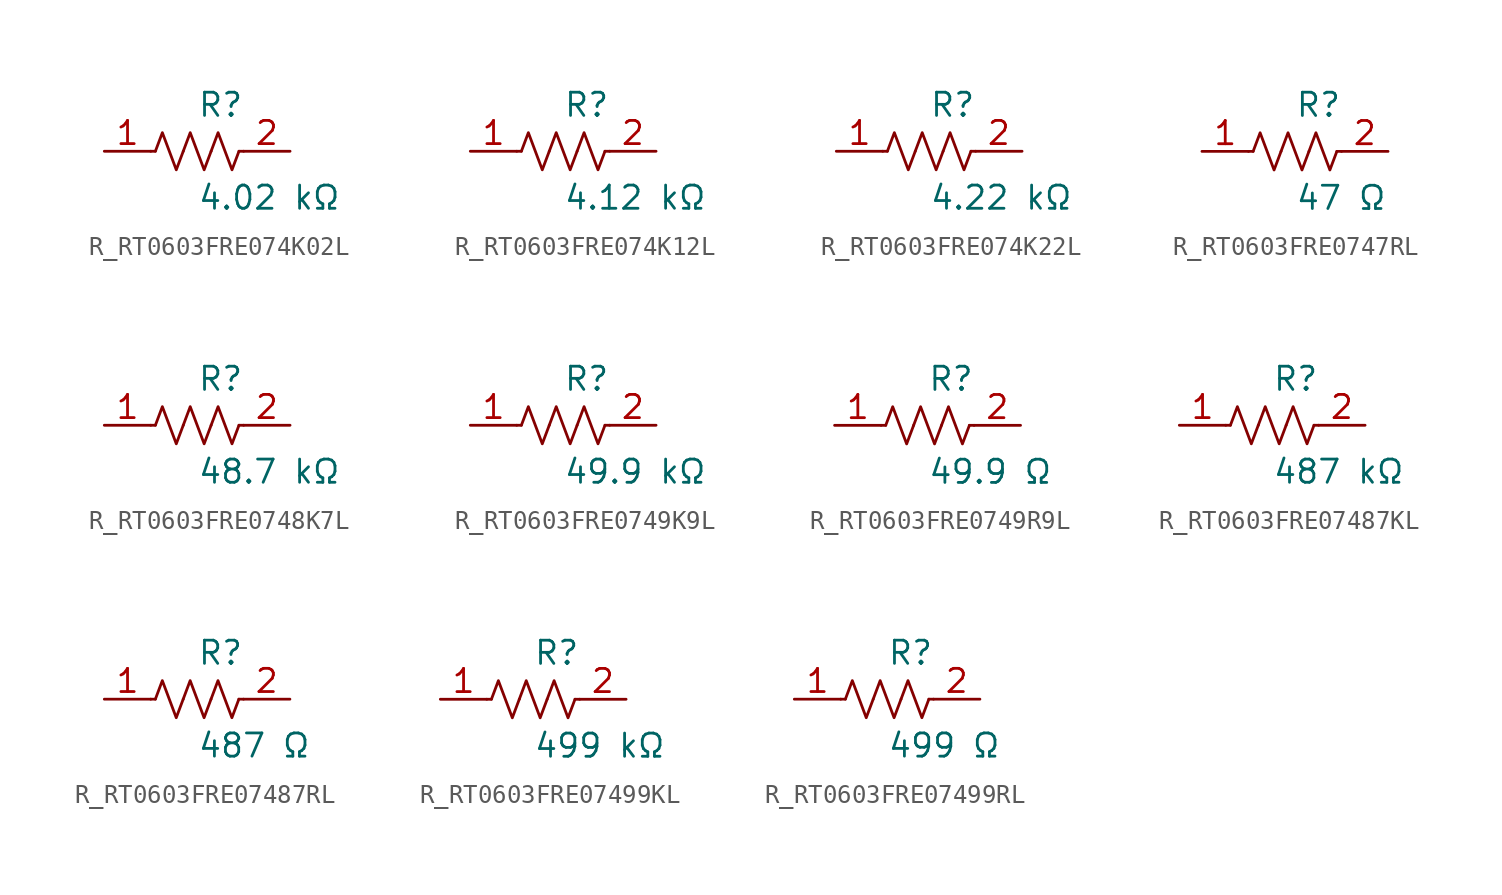
<source format=kicad_sym>
(kicad_symbol_lib
  (version 20231120)
  (generator kicad_symbol_editor)
  (generator_version 8.0)
  (symbol "R_RT0603FRE074K02L"
    (pin_names
      (offset 0.254))
    (property "Reference" "R"
      (at 0.0 2.54 0)
      (effects (font (size 1.27 1.27)) (justify left)))
    (property "Value" "4.02 kΩ"
      (at 0.0 -2.54 0)
      (effects (font (size 1.27 1.27)) (justify left)))
    (symbol "R_RT0603FRE074K02L_0_1"
      (polyline (pts (xy 2.286 0) (xy 2.54 0)) (stroke (width 0) (type default)) (fill (type none)))
      (polyline (pts (xy -2.286 0) (xy -2.54 0)) (stroke (width 0) (type default)) (fill (type none)))
      (polyline (pts (xy 0.762 0) (xy 1.143 1.016) (xy 1.524 0) (xy 1.905 -1.016) (xy 2.286 0)) (stroke (width 0) (type default)) (fill (type none)))
      (polyline (pts (xy -0.762 0) (xy -0.381 1.016) (xy 0 0) (xy 0.381 -1.016) (xy 0.762 0)) (stroke (width 0) (type default)) (fill (type none)))
      (polyline (pts (xy -2.286 0) (xy -1.905 1.016) (xy -1.524 0) (xy -1.143 -1.016) (xy -0.762 0)) (stroke (width 0) (type default)) (fill (type none))))
    (pin unspecified line
      (at -5.08 0 0)
      (length 2.54)
      (name "" (effects (font (size 1.27 1.27))))
      (number "1" (effects (font (size 1.27 1.27)))))
    (pin unspecified line
      (at 5.08 0 180)
      (length 2.54)
      (name "" (effects (font (size 1.27 1.27))))
      (number "2" (effects (font (size 1.27 1.27))))))
  (symbol "R_RT0603FRE074K12L"
    (pin_names
      (offset 0.254))
    (property "Reference" "R"
      (at 0.0 2.54 0)
      (effects (font (size 1.27 1.27)) (justify left)))
    (property "Value" "4.12 kΩ"
      (at 0.0 -2.54 0)
      (effects (font (size 1.27 1.27)) (justify left)))
    (symbol "R_RT0603FRE074K12L_0_1"
      (polyline (pts (xy 2.286 0) (xy 2.54 0)) (stroke (width 0) (type default)) (fill (type none)))
      (polyline (pts (xy -2.286 0) (xy -2.54 0)) (stroke (width 0) (type default)) (fill (type none)))
      (polyline (pts (xy 0.762 0) (xy 1.143 1.016) (xy 1.524 0) (xy 1.905 -1.016) (xy 2.286 0)) (stroke (width 0) (type default)) (fill (type none)))
      (polyline (pts (xy -0.762 0) (xy -0.381 1.016) (xy 0 0) (xy 0.381 -1.016) (xy 0.762 0)) (stroke (width 0) (type default)) (fill (type none)))
      (polyline (pts (xy -2.286 0) (xy -1.905 1.016) (xy -1.524 0) (xy -1.143 -1.016) (xy -0.762 0)) (stroke (width 0) (type default)) (fill (type none))))
    (pin unspecified line
      (at -5.08 0 0)
      (length 2.54)
      (name "" (effects (font (size 1.27 1.27))))
      (number "1" (effects (font (size 1.27 1.27)))))
    (pin unspecified line
      (at 5.08 0 180)
      (length 2.54)
      (name "" (effects (font (size 1.27 1.27))))
      (number "2" (effects (font (size 1.27 1.27))))))
  (symbol "R_RT0603FRE074K22L"
    (pin_names
      (offset 0.254))
    (property "Reference" "R"
      (at 0.0 2.54 0)
      (effects (font (size 1.27 1.27)) (justify left)))
    (property "Value" "4.22 kΩ"
      (at 0.0 -2.54 0)
      (effects (font (size 1.27 1.27)) (justify left)))
    (symbol "R_RT0603FRE074K22L_0_1"
      (polyline (pts (xy 2.286 0) (xy 2.54 0)) (stroke (width 0) (type default)) (fill (type none)))
      (polyline (pts (xy -2.286 0) (xy -2.54 0)) (stroke (width 0) (type default)) (fill (type none)))
      (polyline (pts (xy 0.762 0) (xy 1.143 1.016) (xy 1.524 0) (xy 1.905 -1.016) (xy 2.286 0)) (stroke (width 0) (type default)) (fill (type none)))
      (polyline (pts (xy -0.762 0) (xy -0.381 1.016) (xy 0 0) (xy 0.381 -1.016) (xy 0.762 0)) (stroke (width 0) (type default)) (fill (type none)))
      (polyline (pts (xy -2.286 0) (xy -1.905 1.016) (xy -1.524 0) (xy -1.143 -1.016) (xy -0.762 0)) (stroke (width 0) (type default)) (fill (type none))))
    (pin unspecified line
      (at -5.08 0 0)
      (length 2.54)
      (name "" (effects (font (size 1.27 1.27))))
      (number "1" (effects (font (size 1.27 1.27)))))
    (pin unspecified line
      (at 5.08 0 180)
      (length 2.54)
      (name "" (effects (font (size 1.27 1.27))))
      (number "2" (effects (font (size 1.27 1.27))))))
  (symbol "R_RT0603FRE0747RL"
    (pin_names
      (offset 0.254))
    (property "Reference" "R"
      (at 0.0 2.54 0)
      (effects (font (size 1.27 1.27)) (justify left)))
    (property "Value" "47 Ω"
      (at 0.0 -2.54 0)
      (effects (font (size 1.27 1.27)) (justify left)))
    (symbol "R_RT0603FRE0747RL_0_1"
      (polyline (pts (xy 2.286 0) (xy 2.54 0)) (stroke (width 0) (type default)) (fill (type none)))
      (polyline (pts (xy -2.286 0) (xy -2.54 0)) (stroke (width 0) (type default)) (fill (type none)))
      (polyline (pts (xy 0.762 0) (xy 1.143 1.016) (xy 1.524 0) (xy 1.905 -1.016) (xy 2.286 0)) (stroke (width 0) (type default)) (fill (type none)))
      (polyline (pts (xy -0.762 0) (xy -0.381 1.016) (xy 0 0) (xy 0.381 -1.016) (xy 0.762 0)) (stroke (width 0) (type default)) (fill (type none)))
      (polyline (pts (xy -2.286 0) (xy -1.905 1.016) (xy -1.524 0) (xy -1.143 -1.016) (xy -0.762 0)) (stroke (width 0) (type default)) (fill (type none))))
    (pin unspecified line
      (at -5.08 0 0)
      (length 2.54)
      (name "" (effects (font (size 1.27 1.27))))
      (number "1" (effects (font (size 1.27 1.27)))))
    (pin unspecified line
      (at 5.08 0 180)
      (length 2.54)
      (name "" (effects (font (size 1.27 1.27))))
      (number "2" (effects (font (size 1.27 1.27))))))
  (symbol "R_RT0603FRE0748K7L"
    (pin_names
      (offset 0.254))
    (property "Reference" "R"
      (at 0.0 2.54 0)
      (effects (font (size 1.27 1.27)) (justify left)))
    (property "Value" "48.7 kΩ"
      (at 0.0 -2.54 0)
      (effects (font (size 1.27 1.27)) (justify left)))
    (symbol "R_RT0603FRE0748K7L_0_1"
      (polyline (pts (xy 2.286 0) (xy 2.54 0)) (stroke (width 0) (type default)) (fill (type none)))
      (polyline (pts (xy -2.286 0) (xy -2.54 0)) (stroke (width 0) (type default)) (fill (type none)))
      (polyline (pts (xy 0.762 0) (xy 1.143 1.016) (xy 1.524 0) (xy 1.905 -1.016) (xy 2.286 0)) (stroke (width 0) (type default)) (fill (type none)))
      (polyline (pts (xy -0.762 0) (xy -0.381 1.016) (xy 0 0) (xy 0.381 -1.016) (xy 0.762 0)) (stroke (width 0) (type default)) (fill (type none)))
      (polyline (pts (xy -2.286 0) (xy -1.905 1.016) (xy -1.524 0) (xy -1.143 -1.016) (xy -0.762 0)) (stroke (width 0) (type default)) (fill (type none))))
    (pin unspecified line
      (at -5.08 0 0)
      (length 2.54)
      (name "" (effects (font (size 1.27 1.27))))
      (number "1" (effects (font (size 1.27 1.27)))))
    (pin unspecified line
      (at 5.08 0 180)
      (length 2.54)
      (name "" (effects (font (size 1.27 1.27))))
      (number "2" (effects (font (size 1.27 1.27))))))
  (symbol "R_RT0603FRE0749K9L"
    (pin_names
      (offset 0.254))
    (property "Reference" "R"
      (at 0.0 2.54 0)
      (effects (font (size 1.27 1.27)) (justify left)))
    (property "Value" "49.9 kΩ"
      (at 0.0 -2.54 0)
      (effects (font (size 1.27 1.27)) (justify left)))
    (symbol "R_RT0603FRE0749K9L_0_1"
      (polyline (pts (xy 2.286 0) (xy 2.54 0)) (stroke (width 0) (type default)) (fill (type none)))
      (polyline (pts (xy -2.286 0) (xy -2.54 0)) (stroke (width 0) (type default)) (fill (type none)))
      (polyline (pts (xy 0.762 0) (xy 1.143 1.016) (xy 1.524 0) (xy 1.905 -1.016) (xy 2.286 0)) (stroke (width 0) (type default)) (fill (type none)))
      (polyline (pts (xy -0.762 0) (xy -0.381 1.016) (xy 0 0) (xy 0.381 -1.016) (xy 0.762 0)) (stroke (width 0) (type default)) (fill (type none)))
      (polyline (pts (xy -2.286 0) (xy -1.905 1.016) (xy -1.524 0) (xy -1.143 -1.016) (xy -0.762 0)) (stroke (width 0) (type default)) (fill (type none))))
    (pin unspecified line
      (at -5.08 0 0)
      (length 2.54)
      (name "" (effects (font (size 1.27 1.27))))
      (number "1" (effects (font (size 1.27 1.27)))))
    (pin unspecified line
      (at 5.08 0 180)
      (length 2.54)
      (name "" (effects (font (size 1.27 1.27))))
      (number "2" (effects (font (size 1.27 1.27))))))
  (symbol "R_RT0603FRE0749R9L"
    (pin_names
      (offset 0.254))
    (property "Reference" "R"
      (at 0.0 2.54 0)
      (effects (font (size 1.27 1.27)) (justify left)))
    (property "Value" "49.9 Ω"
      (at 0.0 -2.54 0)
      (effects (font (size 1.27 1.27)) (justify left)))
    (symbol "R_RT0603FRE0749R9L_0_1"
      (polyline (pts (xy 2.286 0) (xy 2.54 0)) (stroke (width 0) (type default)) (fill (type none)))
      (polyline (pts (xy -2.286 0) (xy -2.54 0)) (stroke (width 0) (type default)) (fill (type none)))
      (polyline (pts (xy 0.762 0) (xy 1.143 1.016) (xy 1.524 0) (xy 1.905 -1.016) (xy 2.286 0)) (stroke (width 0) (type default)) (fill (type none)))
      (polyline (pts (xy -0.762 0) (xy -0.381 1.016) (xy 0 0) (xy 0.381 -1.016) (xy 0.762 0)) (stroke (width 0) (type default)) (fill (type none)))
      (polyline (pts (xy -2.286 0) (xy -1.905 1.016) (xy -1.524 0) (xy -1.143 -1.016) (xy -0.762 0)) (stroke (width 0) (type default)) (fill (type none))))
    (pin unspecified line
      (at -5.08 0 0)
      (length 2.54)
      (name "" (effects (font (size 1.27 1.27))))
      (number "1" (effects (font (size 1.27 1.27)))))
    (pin unspecified line
      (at 5.08 0 180)
      (length 2.54)
      (name "" (effects (font (size 1.27 1.27))))
      (number "2" (effects (font (size 1.27 1.27))))))
  (symbol "R_RT0603FRE07487KL"
    (pin_names
      (offset 0.254))
    (property "Reference" "R"
      (at 0.0 2.54 0)
      (effects (font (size 1.27 1.27)) (justify left)))
    (property "Value" "487 kΩ"
      (at 0.0 -2.54 0)
      (effects (font (size 1.27 1.27)) (justify left)))
    (symbol "R_RT0603FRE07487KL_0_1"
      (polyline (pts (xy 2.286 0) (xy 2.54 0)) (stroke (width 0) (type default)) (fill (type none)))
      (polyline (pts (xy -2.286 0) (xy -2.54 0)) (stroke (width 0) (type default)) (fill (type none)))
      (polyline (pts (xy 0.762 0) (xy 1.143 1.016) (xy 1.524 0) (xy 1.905 -1.016) (xy 2.286 0)) (stroke (width 0) (type default)) (fill (type none)))
      (polyline (pts (xy -0.762 0) (xy -0.381 1.016) (xy 0 0) (xy 0.381 -1.016) (xy 0.762 0)) (stroke (width 0) (type default)) (fill (type none)))
      (polyline (pts (xy -2.286 0) (xy -1.905 1.016) (xy -1.524 0) (xy -1.143 -1.016) (xy -0.762 0)) (stroke (width 0) (type default)) (fill (type none))))
    (pin unspecified line
      (at -5.08 0 0)
      (length 2.54)
      (name "" (effects (font (size 1.27 1.27))))
      (number "1" (effects (font (size 1.27 1.27)))))
    (pin unspecified line
      (at 5.08 0 180)
      (length 2.54)
      (name "" (effects (font (size 1.27 1.27))))
      (number "2" (effects (font (size 1.27 1.27))))))
  (symbol "R_RT0603FRE07487RL"
    (pin_names
      (offset 0.254))
    (property "Reference" "R"
      (at 0.0 2.54 0)
      (effects (font (size 1.27 1.27)) (justify left)))
    (property "Value" "487 Ω"
      (at 0.0 -2.54 0)
      (effects (font (size 1.27 1.27)) (justify left)))
    (symbol "R_RT0603FRE07487RL_0_1"
      (polyline (pts (xy 2.286 0) (xy 2.54 0)) (stroke (width 0) (type default)) (fill (type none)))
      (polyline (pts (xy -2.286 0) (xy -2.54 0)) (stroke (width 0) (type default)) (fill (type none)))
      (polyline (pts (xy 0.762 0) (xy 1.143 1.016) (xy 1.524 0) (xy 1.905 -1.016) (xy 2.286 0)) (stroke (width 0) (type default)) (fill (type none)))
      (polyline (pts (xy -0.762 0) (xy -0.381 1.016) (xy 0 0) (xy 0.381 -1.016) (xy 0.762 0)) (stroke (width 0) (type default)) (fill (type none)))
      (polyline (pts (xy -2.286 0) (xy -1.905 1.016) (xy -1.524 0) (xy -1.143 -1.016) (xy -0.762 0)) (stroke (width 0) (type default)) (fill (type none))))
    (pin unspecified line
      (at -5.08 0 0)
      (length 2.54)
      (name "" (effects (font (size 1.27 1.27))))
      (number "1" (effects (font (size 1.27 1.27)))))
    (pin unspecified line
      (at 5.08 0 180)
      (length 2.54)
      (name "" (effects (font (size 1.27 1.27))))
      (number "2" (effects (font (size 1.27 1.27))))))
  (symbol "R_RT0603FRE07499KL"
    (pin_names
      (offset 0.254))
    (property "Reference" "R"
      (at 0.0 2.54 0)
      (effects (font (size 1.27 1.27)) (justify left)))
    (property "Value" "499 kΩ"
      (at 0.0 -2.54 0)
      (effects (font (size 1.27 1.27)) (justify left)))
    (symbol "R_RT0603FRE07499KL_0_1"
      (polyline (pts (xy 2.286 0) (xy 2.54 0)) (stroke (width 0) (type default)) (fill (type none)))
      (polyline (pts (xy -2.286 0) (xy -2.54 0)) (stroke (width 0) (type default)) (fill (type none)))
      (polyline (pts (xy 0.762 0) (xy 1.143 1.016) (xy 1.524 0) (xy 1.905 -1.016) (xy 2.286 0)) (stroke (width 0) (type default)) (fill (type none)))
      (polyline (pts (xy -0.762 0) (xy -0.381 1.016) (xy 0 0) (xy 0.381 -1.016) (xy 0.762 0)) (stroke (width 0) (type default)) (fill (type none)))
      (polyline (pts (xy -2.286 0) (xy -1.905 1.016) (xy -1.524 0) (xy -1.143 -1.016) (xy -0.762 0)) (stroke (width 0) (type default)) (fill (type none))))
    (pin unspecified line
      (at -5.08 0 0)
      (length 2.54)
      (name "" (effects (font (size 1.27 1.27))))
      (number "1" (effects (font (size 1.27 1.27)))))
    (pin unspecified line
      (at 5.08 0 180)
      (length 2.54)
      (name "" (effects (font (size 1.27 1.27))))
      (number "2" (effects (font (size 1.27 1.27))))))
  (symbol "R_RT0603FRE07499RL"
    (pin_names
      (offset 0.254))
    (property "Reference" "R"
      (at 0.0 2.54 0)
      (effects (font (size 1.27 1.27)) (justify left)))
    (property "Value" "499 Ω"
      (at 0.0 -2.54 0)
      (effects (font (size 1.27 1.27)) (justify left)))
    (symbol "R_RT0603FRE07499RL_0_1"
      (polyline (pts (xy 2.286 0) (xy 2.54 0)) (stroke (width 0) (type default)) (fill (type none)))
      (polyline (pts (xy -2.286 0) (xy -2.54 0)) (stroke (width 0) (type default)) (fill (type none)))
      (polyline (pts (xy 0.762 0) (xy 1.143 1.016) (xy 1.524 0) (xy 1.905 -1.016) (xy 2.286 0)) (stroke (width 0) (type default)) (fill (type none)))
      (polyline (pts (xy -0.762 0) (xy -0.381 1.016) (xy 0 0) (xy 0.381 -1.016) (xy 0.762 0)) (stroke (width 0) (type default)) (fill (type none)))
      (polyline (pts (xy -2.286 0) (xy -1.905 1.016) (xy -1.524 0) (xy -1.143 -1.016) (xy -0.762 0)) (stroke (width 0) (type default)) (fill (type none))))
    (pin unspecified line
      (at -5.08 0 0)
      (length 2.54)
      (name "" (effects (font (size 1.27 1.27))))
      (number "1" (effects (font (size 1.27 1.27)))))
    (pin unspecified line
      (at 5.08 0 180)
      (length 2.54)
      (name "" (effects (font (size 1.27 1.27))))
      (number "2" (effects (font (size 1.27 1.27)))))))
</source>
